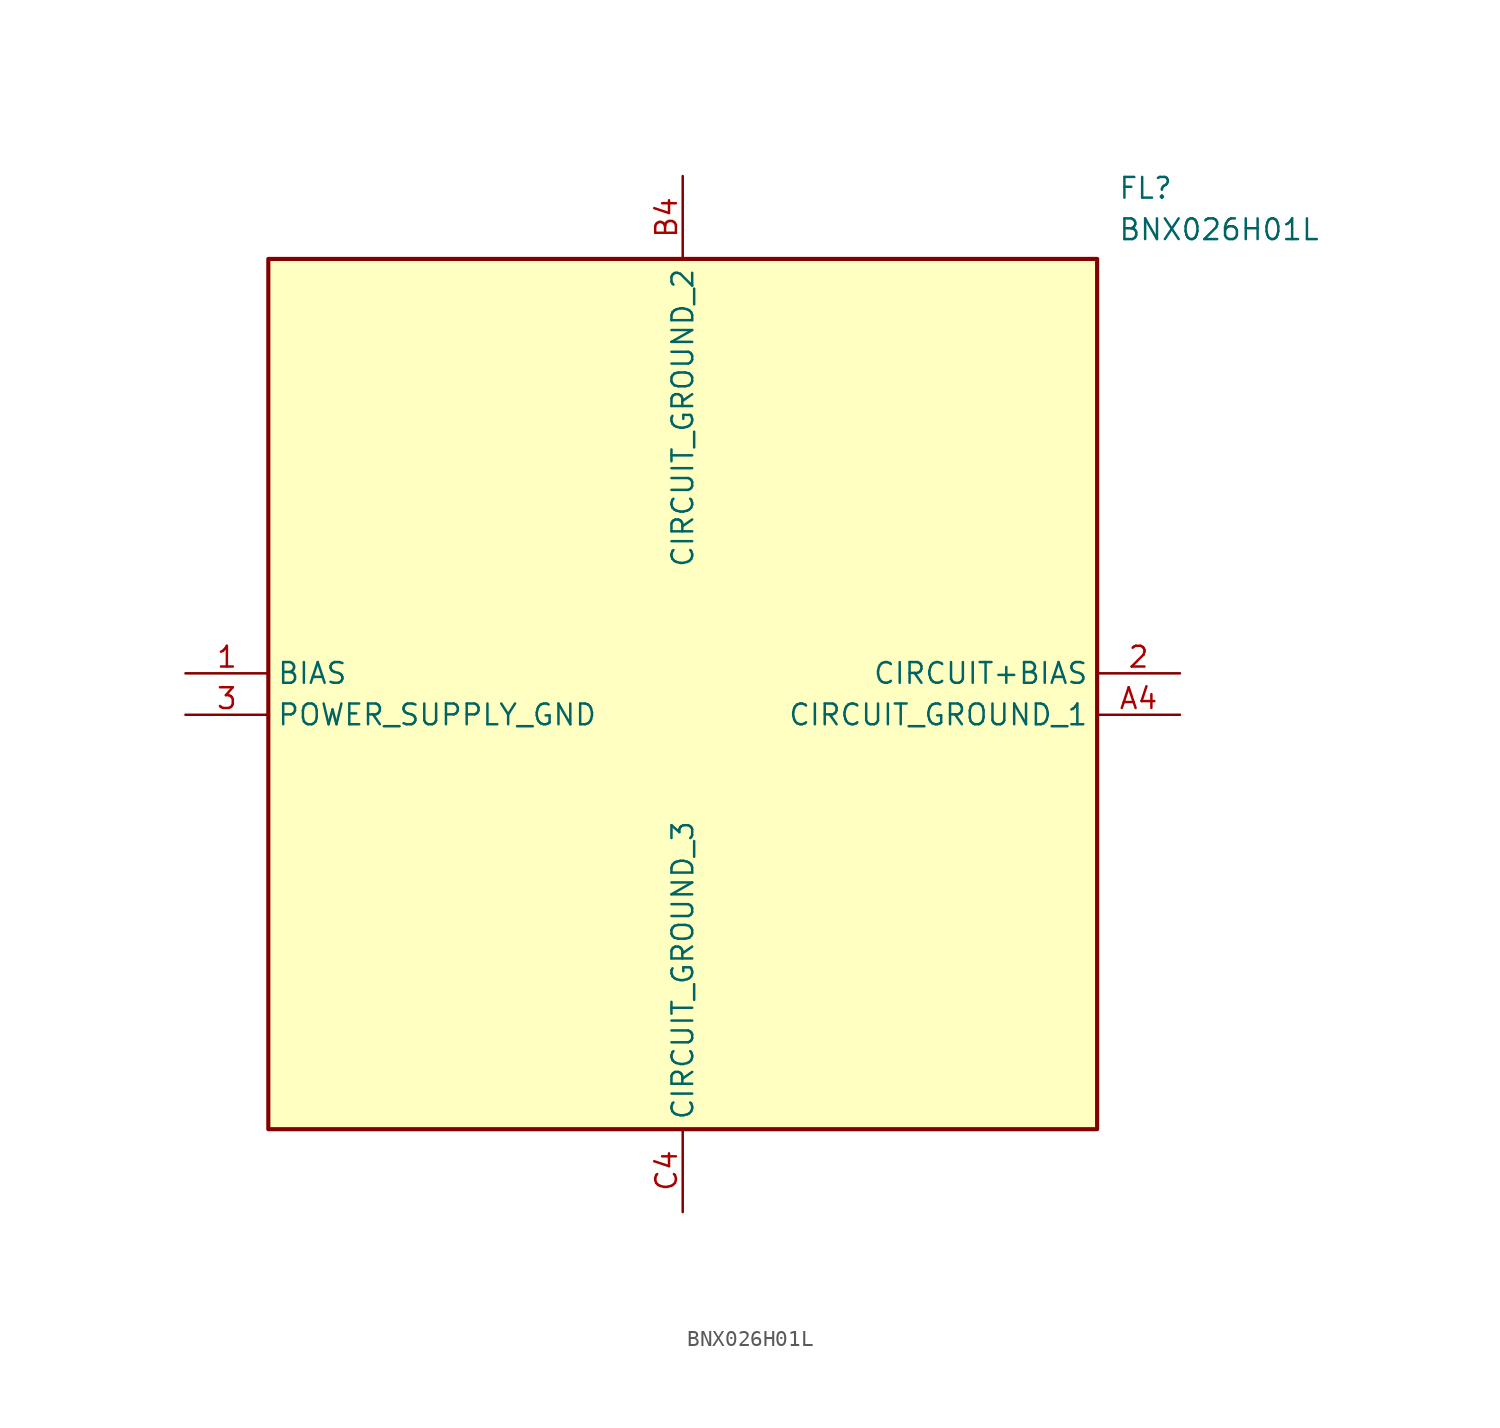
<source format=kicad_sym>
(kicad_symbol_lib
  (version 20211014)
  (generator SamacSys_ECAD_Model)
  (symbol "BNX026H01L"
    (property "Reference" "FL"
      (at 57.15 30.48 0)
      (effects (font (size 1.27 1.27)) (justify left top)))
    (property "Value" "BNX026H01L"
      (at 57.15 27.94 0)
      (effects (font (size 1.27 1.27)) (justify left top)))
    (rectangle
      (start 5.08 25.4)
      (end 55.88 -27.94)
      (stroke (width 0.254) (type default))
      (fill (type background)))
    (pin passive line
      (at 0 0 0)
      (length 5.08)
      (name "BIAS" (effects (font (size 1.27 1.27))))
      (number "1" (effects (font (size 1.27 1.27)))))
    (pin passive line
      (at 60.96 0 180)
      (length 5.08)
      (name "CIRCUIT+BIAS" (effects (font (size 1.27 1.27))))
      (number "2" (effects (font (size 1.27 1.27)))))
    (pin passive line
      (at 0 -2.54 0)
      (length 5.08)
      (name "POWER_SUPPLY_GND" (effects (font (size 1.27 1.27))))
      (number "3" (effects (font (size 1.27 1.27)))))
    (pin passive line
      (at 60.96 -2.54 180)
      (length 5.08)
      (name "CIRCUIT_GROUND_1" (effects (font (size 1.27 1.27))))
      (number "A4" (effects (font (size 1.27 1.27)))))
    (pin passive line
      (at 30.48 30.48 270)
      (length 5.08)
      (name "CIRCUIT_GROUND_2" (effects (font (size 1.27 1.27))))
      (number "B4" (effects (font (size 1.27 1.27)))))
    (pin passive line
      (at 30.48 -33.02 90)
      (length 5.08)
      (name "CIRCUIT_GROUND_3" (effects (font (size 1.27 1.27))))
      (number "C4" (effects (font (size 1.27 1.27)))))))
</source>
